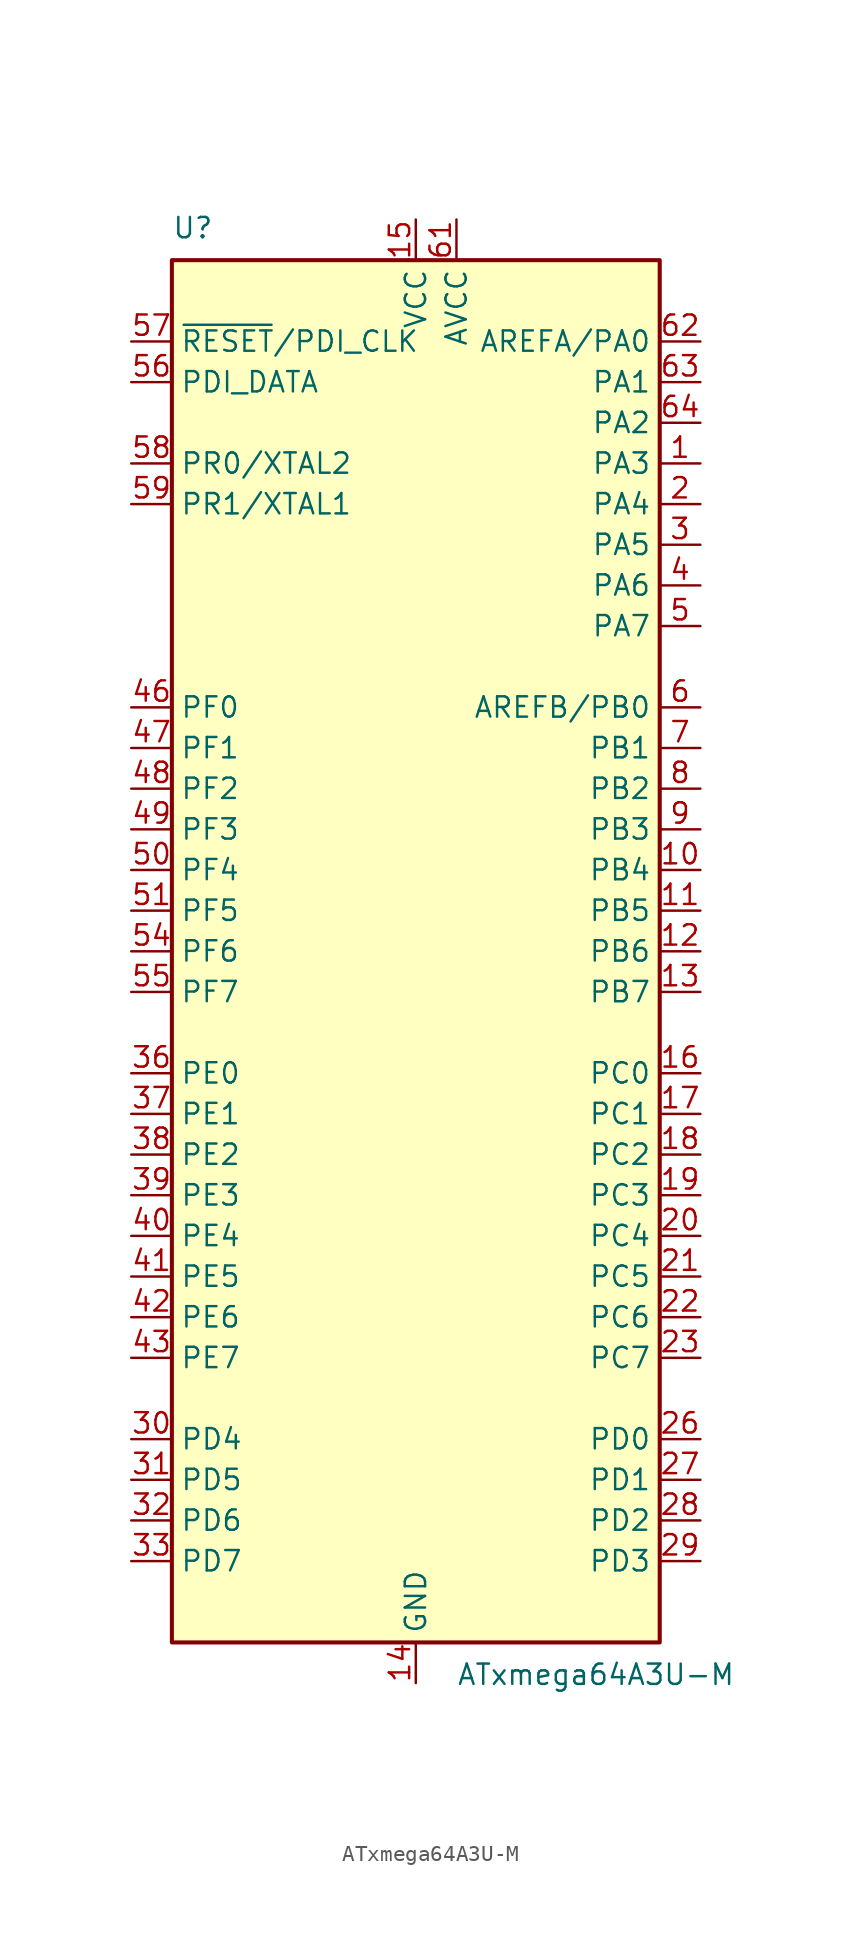
<source format=kicad_sym>
(kicad_symbol_lib
  (version 20201005)
  (generator kicad_symbol_editor)
  (symbol "MCU_Microchip_ATmega:ATxmega64A3U-M"
    (property "Reference" "U"
      (at -15.24 44.45 0)
      (effects (font (size 1.27 1.27)) (justify left bottom)))
    (property "Value" "ATxmega64A3U-M"
      (at 2.54 -44.45 0)
      (effects (font (size 1.27 1.27)) (justify left top)))
    (symbol "ATxmega64A3U-M_0_1"
      (rectangle (start -15.24 -43.18) (end 15.24 43.18) (stroke (width 0.254)) (fill (type background))))
    (symbol "ATxmega64A3U-M_1_1"
      (pin bidirectional line (at 17.78 30.48 180) (length 2.54) (name "PA3" (effects (font (size 1.27 1.27)))) (number "1" (effects (font (size 1.27 1.27)))))
      (pin bidirectional line (at 17.78 5.08 180) (length 2.54) (name "PB4" (effects (font (size 1.27 1.27)))) (number "10" (effects (font (size 1.27 1.27)))))
      (pin bidirectional line (at 17.78 2.54 180) (length 2.54) (name "PB5" (effects (font (size 1.27 1.27)))) (number "11" (effects (font (size 1.27 1.27)))))
      (pin bidirectional line (at 17.78 0 180) (length 2.54) (name "PB6" (effects (font (size 1.27 1.27)))) (number "12" (effects (font (size 1.27 1.27)))))
      (pin bidirectional line (at 17.78 -2.54 180) (length 2.54) (name "PB7" (effects (font (size 1.27 1.27)))) (number "13" (effects (font (size 1.27 1.27)))))
      (pin power_in line (at 0 -45.72 90) (length 2.54) (name "GND" (effects (font (size 1.27 1.27)))) (number "14" (effects (font (size 1.27 1.27)))))
      (pin power_in line (at 0 45.72 270) (length 2.54) (name "VCC" (effects (font (size 1.27 1.27)))) (number "15" (effects (font (size 1.27 1.27)))))
      (pin bidirectional line (at 17.78 -7.62 180) (length 2.54) (name "PC0" (effects (font (size 1.27 1.27)))) (number "16" (effects (font (size 1.27 1.27)))))
      (pin bidirectional line (at 17.78 -10.16 180) (length 2.54) (name "PC1" (effects (font (size 1.27 1.27)))) (number "17" (effects (font (size 1.27 1.27)))))
      (pin bidirectional line (at 17.78 -12.7 180) (length 2.54) (name "PC2" (effects (font (size 1.27 1.27)))) (number "18" (effects (font (size 1.27 1.27)))))
      (pin bidirectional line (at 17.78 -15.24 180) (length 2.54) (name "PC3" (effects (font (size 1.27 1.27)))) (number "19" (effects (font (size 1.27 1.27)))))
      (pin bidirectional line (at 17.78 27.94 180) (length 2.54) (name "PA4" (effects (font (size 1.27 1.27)))) (number "2" (effects (font (size 1.27 1.27)))))
      (pin bidirectional line (at 17.78 -17.78 180) (length 2.54) (name "PC4" (effects (font (size 1.27 1.27)))) (number "20" (effects (font (size 1.27 1.27)))))
      (pin bidirectional line (at 17.78 -20.32 180) (length 2.54) (name "PC5" (effects (font (size 1.27 1.27)))) (number "21" (effects (font (size 1.27 1.27)))))
      (pin bidirectional line (at 17.78 -22.86 180) (length 2.54) (name "PC6" (effects (font (size 1.27 1.27)))) (number "22" (effects (font (size 1.27 1.27)))))
      (pin bidirectional line (at 17.78 -25.4 180) (length 2.54) (name "PC7" (effects (font (size 1.27 1.27)))) (number "23" (effects (font (size 1.27 1.27)))))
      (pin passive line (at 0 -45.72 90) (length 2.54) hide (name "GND" (effects (font (size 1.27 1.27)))) (number "24" (effects (font (size 1.27 1.27)))))
      (pin passive line (at 0 45.72 270) (length 2.54) hide (name "VCC" (effects (font (size 1.27 1.27)))) (number "25" (effects (font (size 1.27 1.27)))))
      (pin bidirectional line (at 17.78 -30.48 180) (length 2.54) (name "PD0" (effects (font (size 1.27 1.27)))) (number "26" (effects (font (size 1.27 1.27)))))
      (pin bidirectional line (at 17.78 -33.02 180) (length 2.54) (name "PD1" (effects (font (size 1.27 1.27)))) (number "27" (effects (font (size 1.27 1.27)))))
      (pin bidirectional line (at 17.78 -35.56 180) (length 2.54) (name "PD2" (effects (font (size 1.27 1.27)))) (number "28" (effects (font (size 1.27 1.27)))))
      (pin bidirectional line (at 17.78 -38.1 180) (length 2.54) (name "PD3" (effects (font (size 1.27 1.27)))) (number "29" (effects (font (size 1.27 1.27)))))
      (pin bidirectional line (at 17.78 25.4 180) (length 2.54) (name "PA5" (effects (font (size 1.27 1.27)))) (number "3" (effects (font (size 1.27 1.27)))))
      (pin bidirectional line (at -17.78 -30.48 0) (length 2.54) (name "PD4" (effects (font (size 1.27 1.27)))) (number "30" (effects (font (size 1.27 1.27)))))
      (pin bidirectional line (at -17.78 -33.02 0) (length 2.54) (name "PD5" (effects (font (size 1.27 1.27)))) (number "31" (effects (font (size 1.27 1.27)))))
      (pin bidirectional line (at -17.78 -35.56 0) (length 2.54) (name "PD6" (effects (font (size 1.27 1.27)))) (number "32" (effects (font (size 1.27 1.27)))))
      (pin bidirectional line (at -17.78 -38.1 0) (length 2.54) (name "PD7" (effects (font (size 1.27 1.27)))) (number "33" (effects (font (size 1.27 1.27)))))
      (pin passive line (at 0 -45.72 90) (length 2.54) hide (name "GND" (effects (font (size 1.27 1.27)))) (number "34" (effects (font (size 1.27 1.27)))))
      (pin passive line (at 0 45.72 270) (length 2.54) hide (name "VCC" (effects (font (size 1.27 1.27)))) (number "35" (effects (font (size 1.27 1.27)))))
      (pin bidirectional line (at -17.78 -7.62 0) (length 2.54) (name "PE0" (effects (font (size 1.27 1.27)))) (number "36" (effects (font (size 1.27 1.27)))))
      (pin bidirectional line (at -17.78 -10.16 0) (length 2.54) (name "PE1" (effects (font (size 1.27 1.27)))) (number "37" (effects (font (size 1.27 1.27)))))
      (pin bidirectional line (at -17.78 -12.7 0) (length 2.54) (name "PE2" (effects (font (size 1.27 1.27)))) (number "38" (effects (font (size 1.27 1.27)))))
      (pin bidirectional line (at -17.78 -15.24 0) (length 2.54) (name "PE3" (effects (font (size 1.27 1.27)))) (number "39" (effects (font (size 1.27 1.27)))))
      (pin bidirectional line (at 17.78 22.86 180) (length 2.54) (name "PA6" (effects (font (size 1.27 1.27)))) (number "4" (effects (font (size 1.27 1.27)))))
      (pin bidirectional line (at -17.78 -17.78 0) (length 2.54) (name "PE4" (effects (font (size 1.27 1.27)))) (number "40" (effects (font (size 1.27 1.27)))))
      (pin bidirectional line (at -17.78 -20.32 0) (length 2.54) (name "PE5" (effects (font (size 1.27 1.27)))) (number "41" (effects (font (size 1.27 1.27)))))
      (pin bidirectional line (at -17.78 -22.86 0) (length 2.54) (name "PE6" (effects (font (size 1.27 1.27)))) (number "42" (effects (font (size 1.27 1.27)))))
      (pin bidirectional line (at -17.78 -25.4 0) (length 2.54) (name "PE7" (effects (font (size 1.27 1.27)))) (number "43" (effects (font (size 1.27 1.27)))))
      (pin passive line (at 0 -45.72 90) (length 2.54) hide (name "GND" (effects (font (size 1.27 1.27)))) (number "44" (effects (font (size 1.27 1.27)))))
      (pin passive line (at 0 45.72 270) (length 2.54) hide (name "VCC" (effects (font (size 1.27 1.27)))) (number "45" (effects (font (size 1.27 1.27)))))
      (pin bidirectional line (at -17.78 15.24 0) (length 2.54) (name "PF0" (effects (font (size 1.27 1.27)))) (number "46" (effects (font (size 1.27 1.27)))))
      (pin bidirectional line (at -17.78 12.7 0) (length 2.54) (name "PF1" (effects (font (size 1.27 1.27)))) (number "47" (effects (font (size 1.27 1.27)))))
      (pin bidirectional line (at -17.78 10.16 0) (length 2.54) (name "PF2" (effects (font (size 1.27 1.27)))) (number "48" (effects (font (size 1.27 1.27)))))
      (pin bidirectional line (at -17.78 7.62 0) (length 2.54) (name "PF3" (effects (font (size 1.27 1.27)))) (number "49" (effects (font (size 1.27 1.27)))))
      (pin bidirectional line (at 17.78 20.32 180) (length 2.54) (name "PA7" (effects (font (size 1.27 1.27)))) (number "5" (effects (font (size 1.27 1.27)))))
      (pin bidirectional line (at -17.78 5.08 0) (length 2.54) (name "PF4" (effects (font (size 1.27 1.27)))) (number "50" (effects (font (size 1.27 1.27)))))
      (pin bidirectional line (at -17.78 2.54 0) (length 2.54) (name "PF5" (effects (font (size 1.27 1.27)))) (number "51" (effects (font (size 1.27 1.27)))))
      (pin passive line (at 0 -45.72 90) (length 2.54) hide (name "GND" (effects (font (size 1.27 1.27)))) (number "52" (effects (font (size 1.27 1.27)))))
      (pin passive line (at 0 45.72 270) (length 2.54) hide (name "VCC" (effects (font (size 1.27 1.27)))) (number "53" (effects (font (size 1.27 1.27)))))
      (pin bidirectional line (at -17.78 0 0) (length 2.54) (name "PF6" (effects (font (size 1.27 1.27)))) (number "54" (effects (font (size 1.27 1.27)))))
      (pin bidirectional line (at -17.78 -2.54 0) (length 2.54) (name "PF7" (effects (font (size 1.27 1.27)))) (number "55" (effects (font (size 1.27 1.27)))))
      (pin bidirectional line (at -17.78 35.56 0) (length 2.54) (name "PDI_DATA" (effects (font (size 1.27 1.27)))) (number "56" (effects (font (size 1.27 1.27)))))
      (pin input line (at -17.78 38.1 0) (length 2.54) (name "~RESET~/PDI_CLK" (effects (font (size 1.27 1.27)))) (number "57" (effects (font (size 1.27 1.27)))))
      (pin bidirectional line (at -17.78 30.48 0) (length 2.54) (name "PR0/XTAL2" (effects (font (size 1.27 1.27)))) (number "58" (effects (font (size 1.27 1.27)))))
      (pin bidirectional line (at -17.78 27.94 0) (length 2.54) (name "PR1/XTAL1" (effects (font (size 1.27 1.27)))) (number "59" (effects (font (size 1.27 1.27)))))
      (pin bidirectional line (at 17.78 15.24 180) (length 2.54) (name "AREFB/PB0" (effects (font (size 1.27 1.27)))) (number "6" (effects (font (size 1.27 1.27)))))
      (pin passive line (at 0 -45.72 90) (length 2.54) hide (name "GND" (effects (font (size 1.27 1.27)))) (number "60" (effects (font (size 1.27 1.27)))))
      (pin power_in line (at 2.54 45.72 270) (length 2.54) (name "AVCC" (effects (font (size 1.27 1.27)))) (number "61" (effects (font (size 1.27 1.27)))))
      (pin bidirectional line (at 17.78 38.1 180) (length 2.54) (name "AREFA/PA0" (effects (font (size 1.27 1.27)))) (number "62" (effects (font (size 1.27 1.27)))))
      (pin bidirectional line (at 17.78 35.56 180) (length 2.54) (name "PA1" (effects (font (size 1.27 1.27)))) (number "63" (effects (font (size 1.27 1.27)))))
      (pin bidirectional line (at 17.78 33.02 180) (length 2.54) (name "PA2" (effects (font (size 1.27 1.27)))) (number "64" (effects (font (size 1.27 1.27)))))
      (pin passive line (at 0 -45.72 90) (length 2.54) hide (name "GND" (effects (font (size 1.27 1.27)))) (number "65" (effects (font (size 1.27 1.27)))))
      (pin bidirectional line (at 17.78 12.7 180) (length 2.54) (name "PB1" (effects (font (size 1.27 1.27)))) (number "7" (effects (font (size 1.27 1.27)))))
      (pin bidirectional line (at 17.78 10.16 180) (length 2.54) (name "PB2" (effects (font (size 1.27 1.27)))) (number "8" (effects (font (size 1.27 1.27)))))
      (pin bidirectional line (at 17.78 7.62 180) (length 2.54) (name "PB3" (effects (font (size 1.27 1.27)))) (number "9" (effects (font (size 1.27 1.27))))))))
</source>
